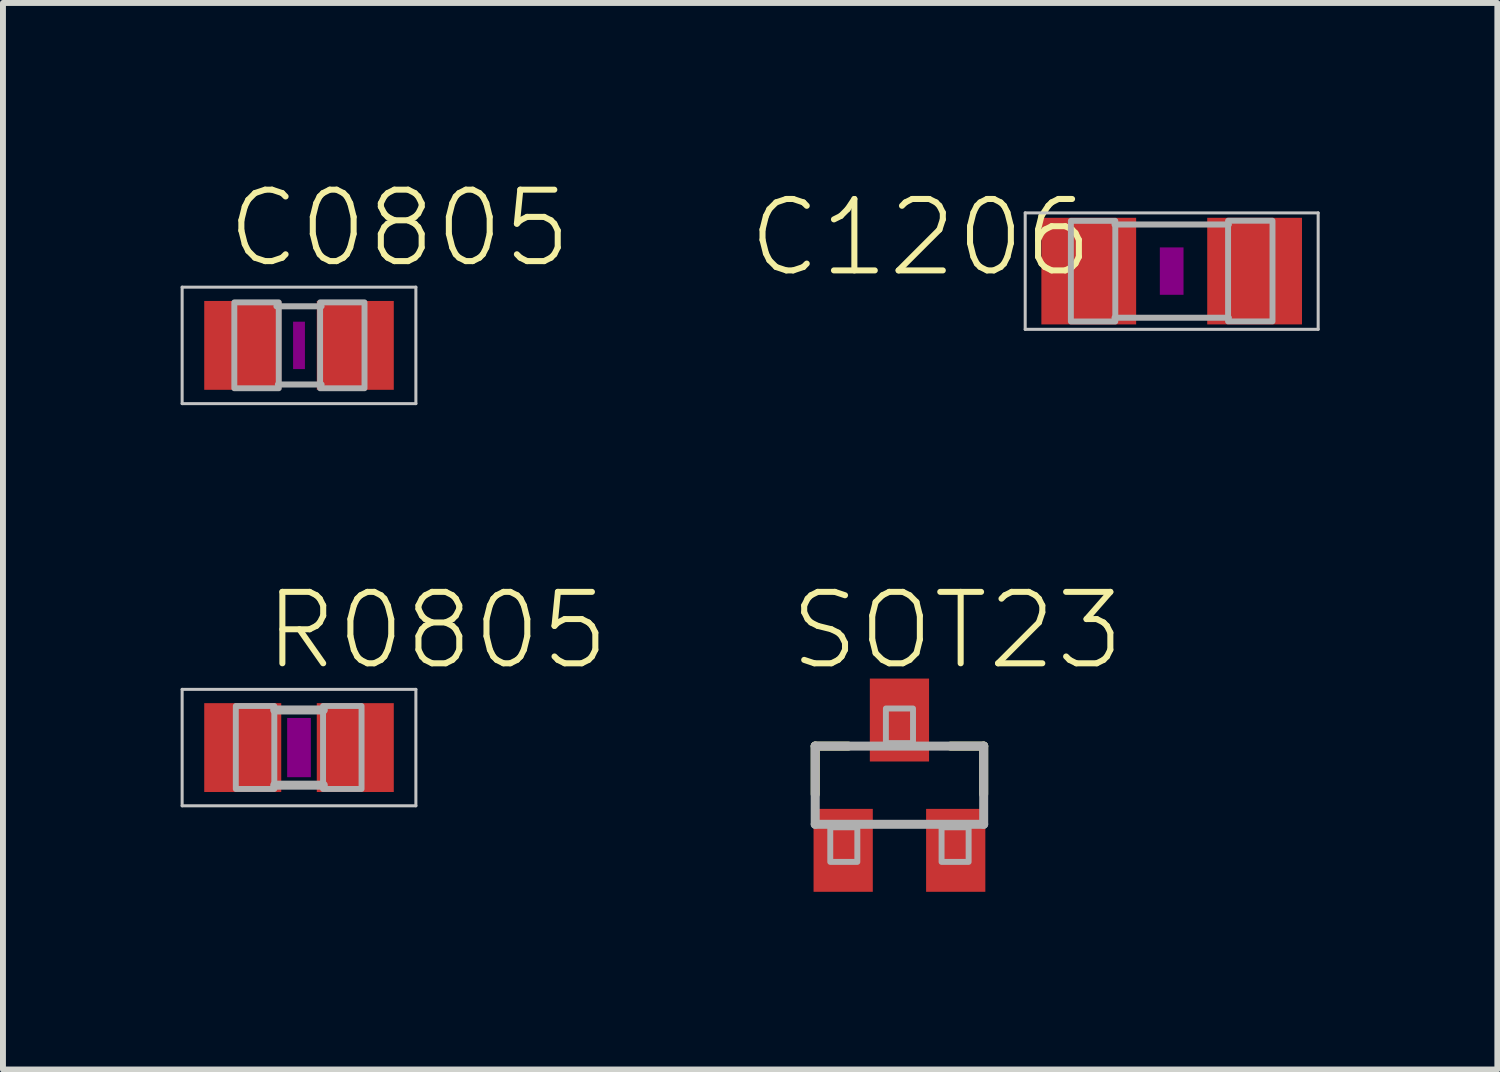
<source format=kicad_pcb>
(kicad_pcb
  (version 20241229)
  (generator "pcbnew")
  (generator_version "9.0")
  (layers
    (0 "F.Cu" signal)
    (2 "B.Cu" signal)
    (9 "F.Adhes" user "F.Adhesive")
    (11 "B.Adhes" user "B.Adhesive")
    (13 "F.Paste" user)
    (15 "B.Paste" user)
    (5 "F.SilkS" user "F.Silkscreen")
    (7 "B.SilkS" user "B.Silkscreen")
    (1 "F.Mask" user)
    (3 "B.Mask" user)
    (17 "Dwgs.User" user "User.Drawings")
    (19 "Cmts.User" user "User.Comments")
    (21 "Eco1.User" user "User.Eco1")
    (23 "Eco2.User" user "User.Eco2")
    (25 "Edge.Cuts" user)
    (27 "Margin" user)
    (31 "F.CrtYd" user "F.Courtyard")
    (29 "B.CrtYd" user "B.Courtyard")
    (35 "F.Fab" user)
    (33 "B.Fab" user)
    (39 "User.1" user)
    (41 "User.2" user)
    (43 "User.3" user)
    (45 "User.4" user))
  (footprint "SOT23"
    (layer "F.Cu")
    (at 12.135 10.206)
    (property "Reference" "SOT23" (at -1.905 -1.905 0) (layer "F.SilkS") (effects (font (size 1.206 1.206) (thickness 0.102)) (justify left bottom)))
    (attr through_hole)
    (fp_line (start -1.422 -0.66) (end -0.864 -0.66) (stroke (width 0.152) (type solid)) (layer "F.SilkS"))
    (fp_line (start -1.422 0.152) (end -1.422 -0.66) (stroke (width 0.152) (type solid)) (layer "F.SilkS"))
    (fp_line (start 0.864 -0.66) (end 1.422 -0.66) (stroke (width 0.152) (type solid)) (layer "F.SilkS"))
    (fp_line (start 1.422 -0.66) (end 1.422 0.152) (stroke (width 0.152) (type solid)) (layer "F.SilkS"))
    (fp_line (start -1.422 -0.66) (end 1.422 -0.66) (stroke (width 0.152) (type solid)) (layer "F.Fab"))
    (fp_line (start -1.422 0.66) (end -1.422 -0.66) (stroke (width 0.152) (type solid)) (layer "F.Fab"))
    (fp_line (start 1.422 -0.66) (end 1.422 0.66) (stroke (width 0.152) (type solid)) (layer "F.Fab"))
    (fp_line (start 1.422 0.66) (end -1.422 0.66) (stroke (width 0.152) (type solid)) (layer "F.Fab"))
    (fp_poly (pts (xy -1.168 1.295) (xy -0.711 1.295) (xy -0.711 0.711) (xy -1.168 0.711)) (stroke (width 0.1) (type solid)) (fill no) (layer "F.Fab"))
    (fp_poly (pts (xy -0.229 -0.711) (xy 0.229 -0.711) (xy 0.229 -1.295) (xy -0.229 -1.295)) (stroke (width 0.1) (type solid)) (fill no) (layer "F.Fab"))
    (fp_poly (pts (xy 0.711 1.295) (xy 1.168 1.295) (xy 1.168 0.711) (xy 0.711 0.711)) (stroke (width 0.1) (type solid)) (fill no) (layer "F.Fab"))
    (pad "1" smd rect (at -0.95 1.1) (size 1 1.4) (layers "F.Cu" "F.Mask" "F.Paste"))
    (pad "2" smd rect (at 0.95 1.1) (size 1 1.4) (layers "F.Cu" "F.Mask" "F.Paste"))
    (pad "3" smd rect (at 0 -1.1) (size 1 1.4) (layers "F.Cu" "F.Mask" "F.Paste")))
  (footprint "R0805"
    (layer "F.Cu")
    (at 1.998 9.571)
    (property "Reference" "R0805" (at -0.635 -1.27 0) (layer "F.SilkS") (effects (font (size 1.206 1.206) (thickness 0.102)) (justify left bottom)))
    (attr through_hole)
    (fp_poly (pts (xy -0.2 0.5) (xy 0.2 0.5) (xy 0.2 -0.5) (xy -0.2 -0.5)) (stroke (width 0) (type solid)) (fill yes) (layer "F.Adhes"))
    (fp_line (start -1.973 -0.983) (end 1.973 -0.983) (stroke (width 0.051) (type solid)) (layer "Dwgs.User"))
    (fp_line (start -1.973 0.983) (end -1.973 -0.983) (stroke (width 0.051) (type solid)) (layer "Dwgs.User"))
    (fp_line (start 1.973 -0.983) (end 1.973 0.983) (stroke (width 0.051) (type solid)) (layer "Dwgs.User"))
    (fp_line (start 1.973 0.983) (end -1.973 0.983) (stroke (width 0.051) (type solid)) (layer "Dwgs.User"))
    (fp_line (start -0.41 -0.635) (end 0.41 -0.635) (stroke (width 0.152) (type solid)) (layer "F.Fab"))
    (fp_line (start -0.41 0.635) (end 0.41 0.635) (stroke (width 0.152) (type solid)) (layer "F.Fab"))
    (fp_poly (pts (xy -1.067 0.699) (xy -0.417 0.699) (xy -0.417 -0.702) (xy -1.067 -0.702)) (stroke (width 0.1) (type solid)) (fill no) (layer "F.Fab"))
    (fp_poly (pts (xy 0.406 0.699) (xy 1.056 0.699) (xy 1.056 -0.702) (xy 0.406 -0.702)) (stroke (width 0.1) (type solid)) (fill no) (layer "F.Fab"))
    (pad "1" smd rect (at -0.95 0) (size 1.3 1.5) (layers "F.Cu" "F.Mask" "F.Paste"))
    (pad "2" smd rect (at 0.95 0) (size 1.3 1.5) (layers "F.Cu" "F.Mask" "F.Paste")))
  (footprint "C0805"
    (layer "F.Cu")
    (at 1.998 2.781)
    (property "Reference" "C0805" (at -1.27 -1.27 0) (layer "F.SilkS") (effects (font (size 1.206 1.206) (thickness 0.102)) (justify left bottom)))
    (attr through_hole)
    (fp_poly (pts (xy -0.1 0.4) (xy 0.1 0.4) (xy 0.1 -0.4) (xy -0.1 -0.4)) (stroke (width 0) (type solid)) (fill yes) (layer "F.Adhes"))
    (fp_line (start -1.973 -0.983) (end 1.973 -0.983) (stroke (width 0.051) (type solid)) (layer "Dwgs.User"))
    (fp_line (start -1.973 0.983) (end -1.973 -0.983) (stroke (width 0.051) (type solid)) (layer "Dwgs.User"))
    (fp_line (start 1.973 -0.983) (end 1.973 0.983) (stroke (width 0.051) (type solid)) (layer "Dwgs.User"))
    (fp_line (start 1.973 0.983) (end -1.973 0.983) (stroke (width 0.051) (type solid)) (layer "Dwgs.User"))
    (fp_line (start -0.381 -0.66) (end 0.381 -0.66) (stroke (width 0.102) (type solid)) (layer "F.Fab"))
    (fp_line (start -0.356 0.66) (end 0.381 0.66) (stroke (width 0.102) (type solid)) (layer "F.Fab"))
    (fp_poly (pts (xy -1.092 0.724) (xy -0.342 0.724) (xy -0.342 -0.726) (xy -1.092 -0.726)) (stroke (width 0.1) (type solid)) (fill no) (layer "F.Fab"))
    (fp_poly (pts (xy 0.356 0.724) (xy 1.106 0.724) (xy 1.106 -0.726) (xy 0.356 -0.726)) (stroke (width 0.1) (type solid)) (fill no) (layer "F.Fab"))
    (pad "1" smd rect (at -0.95 0) (size 1.3 1.5) (layers "F.Cu" "F.Mask" "F.Paste"))
    (pad "2" smd rect (at 0.95 0) (size 1.3 1.5) (layers "F.Cu" "F.Mask" "F.Paste")))
  (footprint "C1206"
    (layer "F.Cu")
    (at 16.731 1.527)
    (property "Reference" "C1206" (at -1.27 -1.27 0) (layer "F.SilkS") (effects (font (size 1.206 1.206) (thickness 0.102)) (justify right top)))
    (attr through_hole)
    (fp_poly (pts (xy -0.2 0.4) (xy 0.2 0.4) (xy 0.2 -0.4) (xy -0.2 -0.4)) (stroke (width 0) (type solid)) (fill yes) (layer "F.Adhes"))
    (fp_line (start -2.473 -0.983) (end 2.473 -0.983) (stroke (width 0.051) (type solid)) (layer "Dwgs.User"))
    (fp_line (start -2.473 0.983) (end -2.473 -0.983) (stroke (width 0.051) (type solid)) (layer "Dwgs.User"))
    (fp_line (start 2.473 -0.983) (end 2.473 0.983) (stroke (width 0.051) (type solid)) (layer "Dwgs.User"))
    (fp_line (start 2.473 0.983) (end -2.473 0.983) (stroke (width 0.051) (type solid)) (layer "Dwgs.User"))
    (fp_line (start -0.965 -0.787) (end 0.965 -0.787) (stroke (width 0.102) (type solid)) (layer "F.Fab"))
    (fp_line (start -0.965 0.787) (end 0.965 0.787) (stroke (width 0.102) (type solid)) (layer "F.Fab"))
    (fp_poly (pts (xy -1.702 0.851) (xy -0.952 0.851) (xy -0.952 -0.849) (xy -1.702 -0.849)) (stroke (width 0.1) (type solid)) (fill no) (layer "F.Fab"))
    (fp_poly (pts (xy 0.952 0.849) (xy 1.702 0.849) (xy 1.702 -0.851) (xy 0.952 -0.851)) (stroke (width 0.1) (type solid)) (fill no) (layer "F.Fab"))
    (pad "1" smd rect (at -1.4 0) (size 1.6 1.8) (layers "F.Cu" "F.Mask" "F.Paste"))
    (pad "2" smd rect (at 1.4 0) (size 1.6 1.8) (layers "F.Cu" "F.Mask" "F.Paste")))
  (gr_rect
    (start -3 -3)
    (end 22.229 15.006)
    (stroke (width 0.1) (type default))
    (fill no)
    (layer "Edge.Cuts")))
</source>
